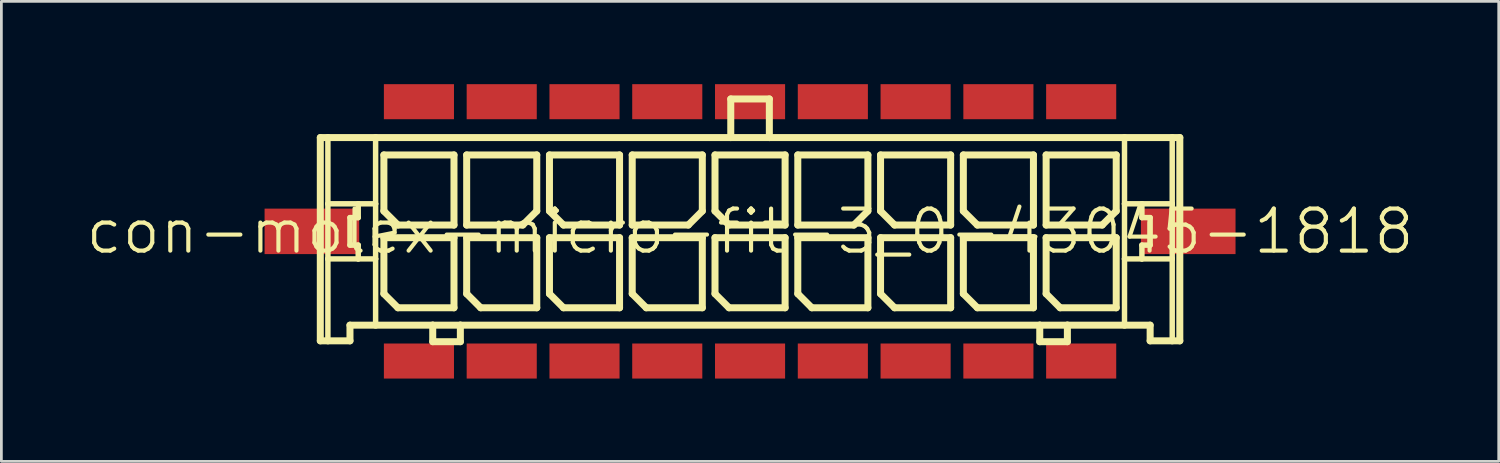
<source format=kicad_pcb>
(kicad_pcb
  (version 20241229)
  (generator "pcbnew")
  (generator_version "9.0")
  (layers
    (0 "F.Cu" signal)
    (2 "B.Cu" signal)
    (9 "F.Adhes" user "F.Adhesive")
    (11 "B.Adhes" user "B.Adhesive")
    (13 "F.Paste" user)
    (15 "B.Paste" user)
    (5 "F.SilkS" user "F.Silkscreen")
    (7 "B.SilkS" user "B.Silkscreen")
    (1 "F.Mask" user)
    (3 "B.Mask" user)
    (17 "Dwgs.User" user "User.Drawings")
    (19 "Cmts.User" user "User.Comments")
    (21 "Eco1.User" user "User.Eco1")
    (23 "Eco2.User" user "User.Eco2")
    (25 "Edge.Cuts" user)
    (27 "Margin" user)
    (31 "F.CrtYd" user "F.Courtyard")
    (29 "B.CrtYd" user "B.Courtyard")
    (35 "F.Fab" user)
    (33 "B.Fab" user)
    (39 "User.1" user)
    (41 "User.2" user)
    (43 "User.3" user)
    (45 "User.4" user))
  (footprint "con-molex-micro-fit-3_0-43045-1818"
    (layer "F.Cu")
    (at 24.13 5.334)
    (property "Reference" "con-molex-micro-fit-3_0-43045-1818" (at 0 0 0) (layer "F.SilkS") (effects (font (size 1.524 1.524) (thickness 0.15))))
    (attr smd)
    (fp_line (start -15.573 -3.399) (end -15.298 -3.399) (stroke (width 0.254) (type solid)) (layer "F.SilkS"))
    (fp_line (start -15.573 3.967) (end -15.573 -3.399) (stroke (width 0.254) (type solid)) (layer "F.SilkS"))
    (fp_line (start -15.298 -3.399) (end -13.569 -3.399) (stroke (width 0.254) (type solid)) (layer "F.SilkS"))
    (fp_line (start -15.298 -0.998) (end -15.298 -3.399) (stroke (width 0.198) (type solid)) (layer "F.SilkS"))
    (fp_line (start -15.298 0.998) (end -15.298 -0.998) (stroke (width 0.198) (type solid)) (layer "F.SilkS"))
    (fp_line (start -15.298 3.967) (end -15.573 3.967) (stroke (width 0.254) (type solid)) (layer "F.SilkS"))
    (fp_line (start -15.298 3.967) (end -15.298 0.998) (stroke (width 0.198) (type solid)) (layer "F.SilkS"))
    (fp_line (start -14.498 -0.498) (end -14.498 0.498) (stroke (width 0.198) (type solid)) (layer "F.SilkS"))
    (fp_line (start -14.498 0.498) (end -14.199 0.498) (stroke (width 0.198) (type solid)) (layer "F.SilkS"))
    (fp_line (start -14.498 3.399) (end -14.498 3.967) (stroke (width 0.254) (type solid)) (layer "F.SilkS"))
    (fp_line (start -14.498 3.967) (end -15.298 3.967) (stroke (width 0.254) (type solid)) (layer "F.SilkS"))
    (fp_line (start -14.199 -0.998) (end -15.298 -0.998) (stroke (width 0.198) (type solid)) (layer "F.SilkS"))
    (fp_line (start -14.199 -0.998) (end -14.199 -0.498) (stroke (width 0.198) (type solid)) (layer "F.SilkS"))
    (fp_line (start -14.199 -0.498) (end -14.498 -0.498) (stroke (width 0.198) (type solid)) (layer "F.SilkS"))
    (fp_line (start -14.199 0.498) (end -14.199 0.998) (stroke (width 0.198) (type solid)) (layer "F.SilkS"))
    (fp_line (start -14.199 0.998) (end -15.298 0.998) (stroke (width 0.198) (type solid)) (layer "F.SilkS"))
    (fp_line (start -13.569 -3.399) (end -0.699 -3.399) (stroke (width 0.254) (type solid)) (layer "F.SilkS"))
    (fp_line (start -13.569 -0.998) (end -14.199 -0.998) (stroke (width 0.198) (type solid)) (layer "F.SilkS"))
    (fp_line (start -13.569 -0.998) (end -13.569 -3.399) (stroke (width 0.198) (type solid)) (layer "F.SilkS"))
    (fp_line (start -13.569 0.998) (end -14.199 0.998) (stroke (width 0.198) (type solid)) (layer "F.SilkS"))
    (fp_line (start -13.569 0.998) (end -13.569 -0.998) (stroke (width 0.198) (type solid)) (layer "F.SilkS"))
    (fp_line (start -13.569 3.399) (end -14.498 3.399) (stroke (width 0.254) (type solid)) (layer "F.SilkS"))
    (fp_line (start -13.569 3.399) (end -13.569 0.998) (stroke (width 0.198) (type solid)) (layer "F.SilkS"))
    (fp_line (start -13.269 -2.769) (end -10.729 -2.769) (stroke (width 0.254) (type solid)) (layer "F.SilkS"))
    (fp_line (start -13.269 -0.737) (end -13.269 -2.769) (stroke (width 0.254) (type solid)) (layer "F.SilkS"))
    (fp_line (start -13.269 0.229) (end -10.729 0.229) (stroke (width 0.254) (type solid)) (layer "F.SilkS"))
    (fp_line (start -13.269 2.261) (end -13.269 0.229) (stroke (width 0.254) (type solid)) (layer "F.SilkS"))
    (fp_line (start -12.761 -0.229) (end -13.269 -0.737) (stroke (width 0.254) (type solid)) (layer "F.SilkS"))
    (fp_line (start -12.761 2.769) (end -13.269 2.261) (stroke (width 0.254) (type solid)) (layer "F.SilkS"))
    (fp_line (start -11.499 3.399) (end -13.569 3.399) (stroke (width 0.254) (type solid)) (layer "F.SilkS"))
    (fp_line (start -11.499 3.399) (end -11.499 3.998) (stroke (width 0.254) (type solid)) (layer "F.SilkS"))
    (fp_line (start -11.499 3.998) (end -10.498 3.998) (stroke (width 0.254) (type solid)) (layer "F.SilkS"))
    (fp_line (start -10.729 -2.769) (end -10.729 -0.229) (stroke (width 0.254) (type solid)) (layer "F.SilkS"))
    (fp_line (start -10.729 -0.229) (end -12.761 -0.229) (stroke (width 0.254) (type solid)) (layer "F.SilkS"))
    (fp_line (start -10.729 0.229) (end -10.729 2.769) (stroke (width 0.254) (type solid)) (layer "F.SilkS"))
    (fp_line (start -10.729 2.769) (end -12.761 2.769) (stroke (width 0.254) (type solid)) (layer "F.SilkS"))
    (fp_line (start -10.498 3.399) (end -11.499 3.399) (stroke (width 0.254) (type solid)) (layer "F.SilkS"))
    (fp_line (start -10.498 3.998) (end -10.498 3.399) (stroke (width 0.254) (type solid)) (layer "F.SilkS"))
    (fp_line (start -10.269 -2.769) (end -10.269 -0.229) (stroke (width 0.254) (type solid)) (layer "F.SilkS"))
    (fp_line (start -10.269 -0.229) (end -8.237 -0.229) (stroke (width 0.254) (type solid)) (layer "F.SilkS"))
    (fp_line (start -10.269 0.229) (end -7.729 0.229) (stroke (width 0.254) (type solid)) (layer "F.SilkS"))
    (fp_line (start -10.269 2.261) (end -10.269 0.229) (stroke (width 0.254) (type solid)) (layer "F.SilkS"))
    (fp_line (start -9.761 2.769) (end -10.269 2.261) (stroke (width 0.254) (type solid)) (layer "F.SilkS"))
    (fp_line (start -8.237 -0.229) (end -7.729 -0.737) (stroke (width 0.254) (type solid)) (layer "F.SilkS"))
    (fp_line (start -7.729 -2.769) (end -10.269 -2.769) (stroke (width 0.254) (type solid)) (layer "F.SilkS"))
    (fp_line (start -7.729 -0.737) (end -7.729 -2.769) (stroke (width 0.254) (type solid)) (layer "F.SilkS"))
    (fp_line (start -7.729 0.229) (end -7.729 2.769) (stroke (width 0.254) (type solid)) (layer "F.SilkS"))
    (fp_line (start -7.729 2.769) (end -9.761 2.769) (stroke (width 0.254) (type solid)) (layer "F.SilkS"))
    (fp_line (start -7.269 -2.769) (end -4.729 -2.769) (stroke (width 0.254) (type solid)) (layer "F.SilkS"))
    (fp_line (start -7.269 -0.737) (end -7.269 -2.769) (stroke (width 0.254) (type solid)) (layer "F.SilkS"))
    (fp_line (start -7.269 0.229) (end -4.729 0.229) (stroke (width 0.254) (type solid)) (layer "F.SilkS"))
    (fp_line (start -7.269 2.261) (end -7.269 0.229) (stroke (width 0.254) (type solid)) (layer "F.SilkS"))
    (fp_line (start -6.761 -0.229) (end -7.269 -0.737) (stroke (width 0.254) (type solid)) (layer "F.SilkS"))
    (fp_line (start -6.761 2.769) (end -7.269 2.261) (stroke (width 0.254) (type solid)) (layer "F.SilkS"))
    (fp_line (start -4.729 -2.769) (end -4.729 -0.229) (stroke (width 0.254) (type solid)) (layer "F.SilkS"))
    (fp_line (start -4.729 -0.229) (end -6.761 -0.229) (stroke (width 0.254) (type solid)) (layer "F.SilkS"))
    (fp_line (start -4.729 0.229) (end -4.729 2.769) (stroke (width 0.254) (type solid)) (layer "F.SilkS"))
    (fp_line (start -4.729 2.769) (end -6.761 2.769) (stroke (width 0.254) (type solid)) (layer "F.SilkS"))
    (fp_line (start -4.27 -2.769) (end -4.27 -0.229) (stroke (width 0.254) (type solid)) (layer "F.SilkS"))
    (fp_line (start -4.27 -0.229) (end -2.238 -0.229) (stroke (width 0.254) (type solid)) (layer "F.SilkS"))
    (fp_line (start -4.27 0.229) (end -1.73 0.229) (stroke (width 0.254) (type solid)) (layer "F.SilkS"))
    (fp_line (start -4.27 2.261) (end -4.27 0.229) (stroke (width 0.254) (type solid)) (layer "F.SilkS"))
    (fp_line (start -3.762 2.769) (end -4.27 2.261) (stroke (width 0.254) (type solid)) (layer "F.SilkS"))
    (fp_line (start -2.238 -0.229) (end -1.73 -0.737) (stroke (width 0.254) (type solid)) (layer "F.SilkS"))
    (fp_line (start -1.73 -2.769) (end -4.27 -2.769) (stroke (width 0.254) (type solid)) (layer "F.SilkS"))
    (fp_line (start -1.73 -0.737) (end -1.73 -2.769) (stroke (width 0.254) (type solid)) (layer "F.SilkS"))
    (fp_line (start -1.73 0.229) (end -1.73 2.769) (stroke (width 0.254) (type solid)) (layer "F.SilkS"))
    (fp_line (start -1.73 2.769) (end -3.762 2.769) (stroke (width 0.254) (type solid)) (layer "F.SilkS"))
    (fp_line (start -1.27 -2.769) (end 1.27 -2.769) (stroke (width 0.254) (type solid)) (layer "F.SilkS"))
    (fp_line (start -1.27 -0.737) (end -1.27 -2.769) (stroke (width 0.254) (type solid)) (layer "F.SilkS"))
    (fp_line (start -1.27 0.229) (end 1.27 0.229) (stroke (width 0.254) (type solid)) (layer "F.SilkS"))
    (fp_line (start -1.27 2.261) (end -1.27 0.229) (stroke (width 0.254) (type solid)) (layer "F.SilkS"))
    (fp_line (start -0.762 -0.229) (end -1.27 -0.737) (stroke (width 0.254) (type solid)) (layer "F.SilkS"))
    (fp_line (start -0.762 2.769) (end -1.27 2.261) (stroke (width 0.254) (type solid)) (layer "F.SilkS"))
    (fp_line (start -0.699 -4.798) (end -0.699 -3.399) (stroke (width 0.254) (type solid)) (layer "F.SilkS"))
    (fp_line (start -0.699 -4.798) (end 0.699 -4.798) (stroke (width 0.254) (type solid)) (layer "F.SilkS"))
    (fp_line (start -0.699 -3.399) (end 0.699 -3.399) (stroke (width 0.254) (type solid)) (layer "F.SilkS"))
    (fp_line (start 0.699 -4.798) (end 0.699 -3.399) (stroke (width 0.254) (type solid)) (layer "F.SilkS"))
    (fp_line (start 0.699 -3.399) (end 13.569 -3.399) (stroke (width 0.254) (type solid)) (layer "F.SilkS"))
    (fp_line (start 1.27 -2.769) (end 1.27 -0.229) (stroke (width 0.254) (type solid)) (layer "F.SilkS"))
    (fp_line (start 1.27 -0.229) (end -0.762 -0.229) (stroke (width 0.254) (type solid)) (layer "F.SilkS"))
    (fp_line (start 1.27 0.229) (end 1.27 2.769) (stroke (width 0.254) (type solid)) (layer "F.SilkS"))
    (fp_line (start 1.27 2.769) (end -0.762 2.769) (stroke (width 0.254) (type solid)) (layer "F.SilkS"))
    (fp_line (start 1.73 -2.769) (end 1.73 -0.229) (stroke (width 0.254) (type solid)) (layer "F.SilkS"))
    (fp_line (start 1.73 -0.229) (end 3.762 -0.229) (stroke (width 0.254) (type solid)) (layer "F.SilkS"))
    (fp_line (start 1.73 0.229) (end 4.27 0.229) (stroke (width 0.254) (type solid)) (layer "F.SilkS"))
    (fp_line (start 1.73 2.261) (end 1.73 0.229) (stroke (width 0.254) (type solid)) (layer "F.SilkS"))
    (fp_line (start 2.238 2.769) (end 1.73 2.261) (stroke (width 0.254) (type solid)) (layer "F.SilkS"))
    (fp_line (start 3.762 -0.229) (end 4.27 -0.737) (stroke (width 0.254) (type solid)) (layer "F.SilkS"))
    (fp_line (start 4.27 -2.769) (end 1.73 -2.769) (stroke (width 0.254) (type solid)) (layer "F.SilkS"))
    (fp_line (start 4.27 -0.737) (end 4.27 -2.769) (stroke (width 0.254) (type solid)) (layer "F.SilkS"))
    (fp_line (start 4.27 0.229) (end 4.27 2.769) (stroke (width 0.254) (type solid)) (layer "F.SilkS"))
    (fp_line (start 4.27 2.769) (end 2.238 2.769) (stroke (width 0.254) (type solid)) (layer "F.SilkS"))
    (fp_line (start 4.729 -2.769) (end 7.269 -2.769) (stroke (width 0.254) (type solid)) (layer "F.SilkS"))
    (fp_line (start 4.729 -0.737) (end 4.729 -2.769) (stroke (width 0.254) (type solid)) (layer "F.SilkS"))
    (fp_line (start 4.729 0.229) (end 7.269 0.229) (stroke (width 0.254) (type solid)) (layer "F.SilkS"))
    (fp_line (start 4.729 2.261) (end 4.729 0.229) (stroke (width 0.254) (type solid)) (layer "F.SilkS"))
    (fp_line (start 5.237 -0.229) (end 4.729 -0.737) (stroke (width 0.254) (type solid)) (layer "F.SilkS"))
    (fp_line (start 5.237 2.769) (end 4.729 2.261) (stroke (width 0.254) (type solid)) (layer "F.SilkS"))
    (fp_line (start 7.269 -2.769) (end 7.269 -0.229) (stroke (width 0.254) (type solid)) (layer "F.SilkS"))
    (fp_line (start 7.269 -0.229) (end 5.237 -0.229) (stroke (width 0.254) (type solid)) (layer "F.SilkS"))
    (fp_line (start 7.269 0.229) (end 7.269 2.769) (stroke (width 0.254) (type solid)) (layer "F.SilkS"))
    (fp_line (start 7.269 2.769) (end 5.237 2.769) (stroke (width 0.254) (type solid)) (layer "F.SilkS"))
    (fp_line (start 7.729 -2.769) (end 10.269 -2.769) (stroke (width 0.254) (type solid)) (layer "F.SilkS"))
    (fp_line (start 7.729 -0.737) (end 7.729 -2.769) (stroke (width 0.254) (type solid)) (layer "F.SilkS"))
    (fp_line (start 7.729 0.229) (end 10.269 0.229) (stroke (width 0.254) (type solid)) (layer "F.SilkS"))
    (fp_line (start 7.729 2.261) (end 7.729 0.229) (stroke (width 0.254) (type solid)) (layer "F.SilkS"))
    (fp_line (start 8.237 -0.229) (end 7.729 -0.737) (stroke (width 0.254) (type solid)) (layer "F.SilkS"))
    (fp_line (start 8.237 2.769) (end 7.729 2.261) (stroke (width 0.254) (type solid)) (layer "F.SilkS"))
    (fp_line (start 10.269 -2.769) (end 10.269 -0.229) (stroke (width 0.254) (type solid)) (layer "F.SilkS"))
    (fp_line (start 10.269 -0.229) (end 8.237 -0.229) (stroke (width 0.254) (type solid)) (layer "F.SilkS"))
    (fp_line (start 10.269 0.229) (end 10.269 2.769) (stroke (width 0.254) (type solid)) (layer "F.SilkS"))
    (fp_line (start 10.269 2.769) (end 8.237 2.769) (stroke (width 0.254) (type solid)) (layer "F.SilkS"))
    (fp_line (start 10.498 3.399) (end -10.498 3.399) (stroke (width 0.254) (type solid)) (layer "F.SilkS"))
    (fp_line (start 10.498 3.399) (end 10.498 3.998) (stroke (width 0.254) (type solid)) (layer "F.SilkS"))
    (fp_line (start 10.498 3.998) (end 11.499 3.998) (stroke (width 0.254) (type solid)) (layer "F.SilkS"))
    (fp_line (start 10.729 -2.769) (end 10.729 -0.229) (stroke (width 0.254) (type solid)) (layer "F.SilkS"))
    (fp_line (start 10.729 -0.229) (end 12.761 -0.229) (stroke (width 0.254) (type solid)) (layer "F.SilkS"))
    (fp_line (start 10.729 0.229) (end 13.269 0.229) (stroke (width 0.254) (type solid)) (layer "F.SilkS"))
    (fp_line (start 10.729 2.261) (end 10.729 0.229) (stroke (width 0.254) (type solid)) (layer "F.SilkS"))
    (fp_line (start 11.237 2.769) (end 10.729 2.261) (stroke (width 0.254) (type solid)) (layer "F.SilkS"))
    (fp_line (start 11.499 3.399) (end 10.498 3.399) (stroke (width 0.254) (type solid)) (layer "F.SilkS"))
    (fp_line (start 11.499 3.998) (end 11.499 3.399) (stroke (width 0.254) (type solid)) (layer "F.SilkS"))
    (fp_line (start 12.761 -0.229) (end 13.269 -0.737) (stroke (width 0.254) (type solid)) (layer "F.SilkS"))
    (fp_line (start 13.269 -2.769) (end 10.729 -2.769) (stroke (width 0.254) (type solid)) (layer "F.SilkS"))
    (fp_line (start 13.269 -0.737) (end 13.269 -2.769) (stroke (width 0.254) (type solid)) (layer "F.SilkS"))
    (fp_line (start 13.269 0.229) (end 13.269 2.769) (stroke (width 0.254) (type solid)) (layer "F.SilkS"))
    (fp_line (start 13.269 2.769) (end 11.237 2.769) (stroke (width 0.254) (type solid)) (layer "F.SilkS"))
    (fp_line (start 13.569 -3.399) (end 13.569 -0.998) (stroke (width 0.198) (type solid)) (layer "F.SilkS"))
    (fp_line (start 13.569 -3.399) (end 15.298 -3.399) (stroke (width 0.254) (type solid)) (layer "F.SilkS"))
    (fp_line (start 13.569 -0.998) (end 13.569 0.998) (stroke (width 0.198) (type solid)) (layer "F.SilkS"))
    (fp_line (start 13.569 -0.998) (end 14.199 -0.998) (stroke (width 0.198) (type solid)) (layer "F.SilkS"))
    (fp_line (start 13.569 0.998) (end 13.569 3.399) (stroke (width 0.198) (type solid)) (layer "F.SilkS"))
    (fp_line (start 13.569 0.998) (end 14.199 0.998) (stroke (width 0.198) (type solid)) (layer "F.SilkS"))
    (fp_line (start 13.569 3.399) (end 11.499 3.399) (stroke (width 0.254) (type solid)) (layer "F.SilkS"))
    (fp_line (start 14.199 -0.998) (end 14.199 -0.498) (stroke (width 0.198) (type solid)) (layer "F.SilkS"))
    (fp_line (start 14.199 -0.998) (end 15.298 -0.998) (stroke (width 0.198) (type solid)) (layer "F.SilkS"))
    (fp_line (start 14.199 -0.498) (end 14.498 -0.498) (stroke (width 0.198) (type solid)) (layer "F.SilkS"))
    (fp_line (start 14.199 0.498) (end 14.199 0.998) (stroke (width 0.198) (type solid)) (layer "F.SilkS"))
    (fp_line (start 14.199 0.998) (end 15.298 0.998) (stroke (width 0.198) (type solid)) (layer "F.SilkS"))
    (fp_line (start 14.498 -0.498) (end 14.498 0.498) (stroke (width 0.198) (type solid)) (layer "F.SilkS"))
    (fp_line (start 14.498 0.498) (end 14.199 0.498) (stroke (width 0.198) (type solid)) (layer "F.SilkS"))
    (fp_line (start 14.498 3.399) (end 13.569 3.399) (stroke (width 0.254) (type solid)) (layer "F.SilkS"))
    (fp_line (start 14.498 3.967) (end 14.498 3.399) (stroke (width 0.254) (type solid)) (layer "F.SilkS"))
    (fp_line (start 14.498 3.967) (end 15.298 3.967) (stroke (width 0.254) (type solid)) (layer "F.SilkS"))
    (fp_line (start 15.298 -3.399) (end 15.573 -3.399) (stroke (width 0.254) (type solid)) (layer "F.SilkS"))
    (fp_line (start 15.298 -0.998) (end 15.298 -3.399) (stroke (width 0.198) (type solid)) (layer "F.SilkS"))
    (fp_line (start 15.298 0.998) (end 15.298 -0.998) (stroke (width 0.198) (type solid)) (layer "F.SilkS"))
    (fp_line (start 15.298 3.967) (end 15.298 0.998) (stroke (width 0.198) (type solid)) (layer "F.SilkS"))
    (fp_line (start 15.298 3.967) (end 15.573 3.967) (stroke (width 0.254) (type solid)) (layer "F.SilkS"))
    (fp_line (start 15.573 -3.399) (end 15.573 3.967) (stroke (width 0.254) (type solid)) (layer "F.SilkS"))
    (pad "CLIP" smd rect (at -15.878 0) (size 3.429 1.648) (layers "F.Cu" "F.Mask" "F.Paste"))
    (pad "CLIP" smd rect (at 15.878 0) (size 3.429 1.648) (layers "F.Cu" "F.Mask" "F.Paste"))
    (pad "P$1" smd rect (at 11.999 4.699) (size 2.54 1.27) (layers "F.Cu" "F.Mask" "F.Paste"))
    (pad "P$2" smd rect (at 8.999 4.699) (size 2.54 1.27) (layers "F.Cu" "F.Mask" "F.Paste"))
    (pad "P$3" smd rect (at 5.999 4.699) (size 2.54 1.27) (layers "F.Cu" "F.Mask" "F.Paste"))
    (pad "P$4" smd rect (at 3 4.699) (size 2.54 1.27) (layers "F.Cu" "F.Mask" "F.Paste"))
    (pad "P$5" smd rect (at 0 4.699) (size 2.54 1.27) (layers "F.Cu" "F.Mask" "F.Paste"))
    (pad "P$6" smd rect (at -3 4.699) (size 2.54 1.27) (layers "F.Cu" "F.Mask" "F.Paste"))
    (pad "P$7" smd rect (at -5.999 4.699) (size 2.54 1.27) (layers "F.Cu" "F.Mask" "F.Paste"))
    (pad "P$8" smd rect (at -8.999 4.699) (size 2.54 1.27) (layers "F.Cu" "F.Mask" "F.Paste"))
    (pad "P$9" smd rect (at -11.999 4.699) (size 2.54 1.27) (layers "F.Cu" "F.Mask" "F.Paste"))
    (pad "P$10" smd rect (at 11.999 -4.699) (size 2.54 1.27) (layers "F.Cu" "F.Mask" "F.Paste"))
    (pad "P$11" smd rect (at 8.999 -4.699) (size 2.54 1.27) (layers "F.Cu" "F.Mask" "F.Paste"))
    (pad "P$12" smd rect (at 5.999 -4.699) (size 2.54 1.27) (layers "F.Cu" "F.Mask" "F.Paste"))
    (pad "P$13" smd rect (at 3 -4.699) (size 2.54 1.27) (layers "F.Cu" "F.Mask" "F.Paste"))
    (pad "P$14" smd rect (at 0 -4.699) (size 2.54 1.27) (layers "F.Cu" "F.Mask" "F.Paste"))
    (pad "P$15" smd rect (at -3 -4.699) (size 2.54 1.27) (layers "F.Cu" "F.Mask" "F.Paste"))
    (pad "P$16" smd rect (at -5.999 -4.699) (size 2.54 1.27) (layers "F.Cu" "F.Mask" "F.Paste"))
    (pad "P$17" smd rect (at -8.999 -4.699) (size 2.54 1.27) (layers "F.Cu" "F.Mask" "F.Paste"))
    (pad "P$18" smd rect (at -11.999 -4.699) (size 2.54 1.27) (layers "F.Cu" "F.Mask" "F.Paste")))
  (gr_rect
    (start -3 -3)
    (end 51.26 13.668)
    (stroke (width 0.1) (type default))
    (fill no)
    (layer "Edge.Cuts")))
</source>
